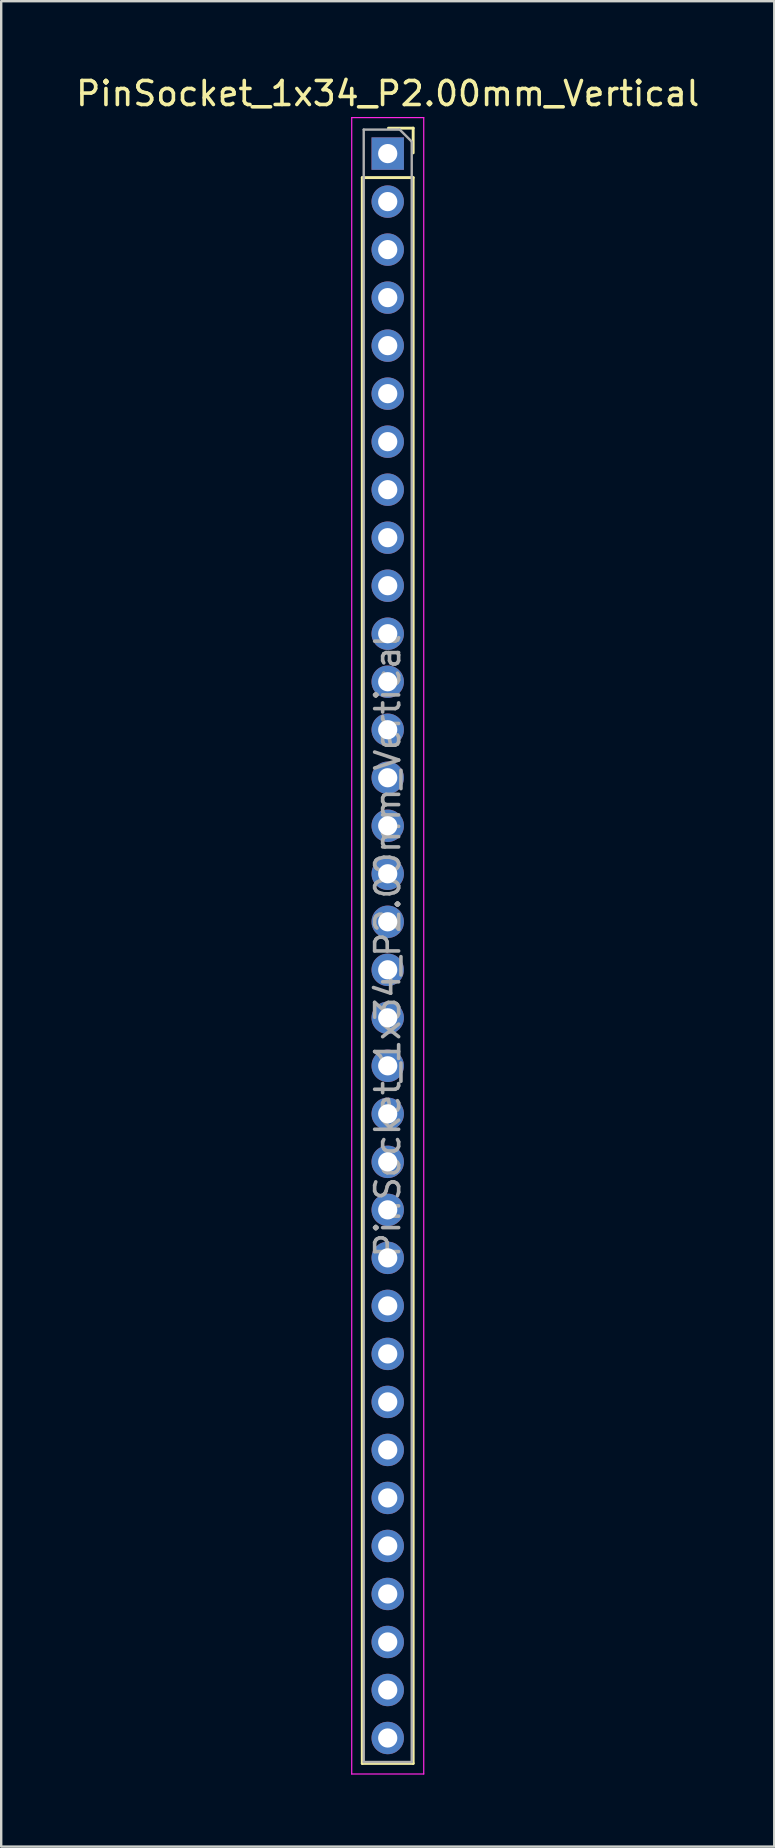
<source format=kicad_pcb>
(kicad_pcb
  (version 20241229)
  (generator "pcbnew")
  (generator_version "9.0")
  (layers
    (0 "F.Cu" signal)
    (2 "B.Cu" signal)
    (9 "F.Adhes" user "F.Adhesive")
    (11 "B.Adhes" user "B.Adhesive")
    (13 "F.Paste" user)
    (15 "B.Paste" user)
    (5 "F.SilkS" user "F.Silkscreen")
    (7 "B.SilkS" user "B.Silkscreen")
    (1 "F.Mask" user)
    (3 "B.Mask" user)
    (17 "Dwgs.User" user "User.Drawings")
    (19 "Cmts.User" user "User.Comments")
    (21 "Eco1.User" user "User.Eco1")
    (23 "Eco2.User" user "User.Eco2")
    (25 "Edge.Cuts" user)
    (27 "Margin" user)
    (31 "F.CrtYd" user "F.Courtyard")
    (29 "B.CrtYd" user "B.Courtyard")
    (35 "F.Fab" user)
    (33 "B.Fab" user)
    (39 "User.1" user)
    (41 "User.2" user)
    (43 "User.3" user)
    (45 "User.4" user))
  (footprint "PinSocket_1x34_P2.00mm_Vertical"
    (layer "F.Cu")
    (at 13.101 3.348)
    (property "Reference" "PinSocket_1x34_P2.00mm_Vertical" (at 0 -2.5 0) (layer "F.SilkS") (effects (font (size 1 1) (thickness 0.15))))
    (attr through_hole)
    (fp_line (start -1.06 1) (end -1.06 67.06) (stroke (width 0.12) (type solid)) (layer "F.SilkS"))
    (fp_line (start -1.06 67.06) (end 1.06 67.06) (stroke (width 0.12) (type solid)) (layer "F.SilkS"))
    (fp_line (start 1.06 -1.06) (end 0.03 -1.06) (stroke (width 0.12) (type solid)) (layer "F.SilkS"))
    (fp_line (start 1.06 -0.03) (end 1.06 -1.06) (stroke (width 0.12) (type solid)) (layer "F.SilkS"))
    (fp_line (start 1.06 1) (end -1.06 1) (stroke (width 0.12) (type solid)) (layer "F.SilkS"))
    (fp_line (start 1.06 67.06) (end 1.06 1) (stroke (width 0.12) (type solid)) (layer "F.SilkS"))
    (fp_line (start -1.5 -1.5) (end 1.5 -1.5) (stroke (width 0.05) (type solid)) (layer "F.CrtYd"))
    (fp_line (start -1.5 67.5) (end -1.5 -1.5) (stroke (width 0.05) (type solid)) (layer "F.CrtYd"))
    (fp_line (start 1.5 -1.5) (end 1.5 67.5) (stroke (width 0.05) (type solid)) (layer "F.CrtYd"))
    (fp_line (start 1.5 67.5) (end -1.5 67.5) (stroke (width 0.05) (type solid)) (layer "F.CrtYd"))
    (fp_line (start -1 -1) (end 0.5 -1) (stroke (width 0.1) (type solid)) (layer "F.Fab"))
    (fp_line (start -1 67) (end -1 -1) (stroke (width 0.1) (type solid)) (layer "F.Fab"))
    (fp_line (start 0.5 -1) (end 1 -0.5) (stroke (width 0.1) (type solid)) (layer "F.Fab"))
    (fp_line (start 1 -0.5) (end 1 67) (stroke (width 0.1) (type solid)) (layer "F.Fab"))
    (fp_line (start 1 67) (end -1 67) (stroke (width 0.1) (type solid)) (layer "F.Fab"))
    (fp_text user "${REFERENCE}" (at 0 33 90) (layer "F.Fab") (effects (font (size 1 1) (thickness 0.15))))
    (pad "1" thru_hole rect (at 0 0) (size 1.35 1.35) (drill 0.8) (layers "*.Cu" "*.Mask"))
    (pad "2" thru_hole oval (at 0 2) (size 1.35 1.35) (drill 0.8) (layers "*.Cu" "*.Mask"))
    (pad "3" thru_hole oval (at 0 4) (size 1.35 1.35) (drill 0.8) (layers "*.Cu" "*.Mask"))
    (pad "4" thru_hole oval (at 0 6) (size 1.35 1.35) (drill 0.8) (layers "*.Cu" "*.Mask"))
    (pad "5" thru_hole oval (at 0 8) (size 1.35 1.35) (drill 0.8) (layers "*.Cu" "*.Mask"))
    (pad "6" thru_hole oval (at 0 10) (size 1.35 1.35) (drill 0.8) (layers "*.Cu" "*.Mask"))
    (pad "7" thru_hole oval (at 0 12) (size 1.35 1.35) (drill 0.8) (layers "*.Cu" "*.Mask"))
    (pad "8" thru_hole oval (at 0 14) (size 1.35 1.35) (drill 0.8) (layers "*.Cu" "*.Mask"))
    (pad "9" thru_hole oval (at 0 16) (size 1.35 1.35) (drill 0.8) (layers "*.Cu" "*.Mask"))
    (pad "10" thru_hole oval (at 0 18) (size 1.35 1.35) (drill 0.8) (layers "*.Cu" "*.Mask"))
    (pad "11" thru_hole oval (at 0 20) (size 1.35 1.35) (drill 0.8) (layers "*.Cu" "*.Mask"))
    (pad "12" thru_hole oval (at 0 22) (size 1.35 1.35) (drill 0.8) (layers "*.Cu" "*.Mask"))
    (pad "13" thru_hole oval (at 0 24) (size 1.35 1.35) (drill 0.8) (layers "*.Cu" "*.Mask"))
    (pad "14" thru_hole oval (at 0 26) (size 1.35 1.35) (drill 0.8) (layers "*.Cu" "*.Mask"))
    (pad "15" thru_hole oval (at 0 28) (size 1.35 1.35) (drill 0.8) (layers "*.Cu" "*.Mask"))
    (pad "16" thru_hole oval (at 0 30) (size 1.35 1.35) (drill 0.8) (layers "*.Cu" "*.Mask"))
    (pad "17" thru_hole oval (at 0 32) (size 1.35 1.35) (drill 0.8) (layers "*.Cu" "*.Mask"))
    (pad "18" thru_hole oval (at 0 34) (size 1.35 1.35) (drill 0.8) (layers "*.Cu" "*.Mask"))
    (pad "19" thru_hole oval (at 0 36) (size 1.35 1.35) (drill 0.8) (layers "*.Cu" "*.Mask"))
    (pad "20" thru_hole oval (at 0 38) (size 1.35 1.35) (drill 0.8) (layers "*.Cu" "*.Mask"))
    (pad "21" thru_hole oval (at 0 40) (size 1.35 1.35) (drill 0.8) (layers "*.Cu" "*.Mask"))
    (pad "22" thru_hole oval (at 0 42) (size 1.35 1.35) (drill 0.8) (layers "*.Cu" "*.Mask"))
    (pad "23" thru_hole oval (at 0 44) (size 1.35 1.35) (drill 0.8) (layers "*.Cu" "*.Mask"))
    (pad "24" thru_hole oval (at 0 46) (size 1.35 1.35) (drill 0.8) (layers "*.Cu" "*.Mask"))
    (pad "25" thru_hole oval (at 0 48) (size 1.35 1.35) (drill 0.8) (layers "*.Cu" "*.Mask"))
    (pad "26" thru_hole oval (at 0 50) (size 1.35 1.35) (drill 0.8) (layers "*.Cu" "*.Mask"))
    (pad "27" thru_hole oval (at 0 52) (size 1.35 1.35) (drill 0.8) (layers "*.Cu" "*.Mask"))
    (pad "28" thru_hole oval (at 0 54) (size 1.35 1.35) (drill 0.8) (layers "*.Cu" "*.Mask"))
    (pad "29" thru_hole oval (at 0 56) (size 1.35 1.35) (drill 0.8) (layers "*.Cu" "*.Mask"))
    (pad "30" thru_hole oval (at 0 58) (size 1.35 1.35) (drill 0.8) (layers "*.Cu" "*.Mask"))
    (pad "31" thru_hole oval (at 0 60) (size 1.35 1.35) (drill 0.8) (layers "*.Cu" "*.Mask"))
    (pad "32" thru_hole oval (at 0 62) (size 1.35 1.35) (drill 0.8) (layers "*.Cu" "*.Mask"))
    (pad "33" thru_hole oval (at 0 64) (size 1.35 1.35) (drill 0.8) (layers "*.Cu" "*.Mask"))
    (pad "34" thru_hole oval (at 0 66) (size 1.35 1.35) (drill 0.8) (layers "*.Cu" "*.Mask")))
  (gr_rect
    (start -3 -3)
    (end 29.202 73.873)
    (stroke (width 0.1) (type default))
    (fill no)
    (layer "Edge.Cuts")))
</source>
